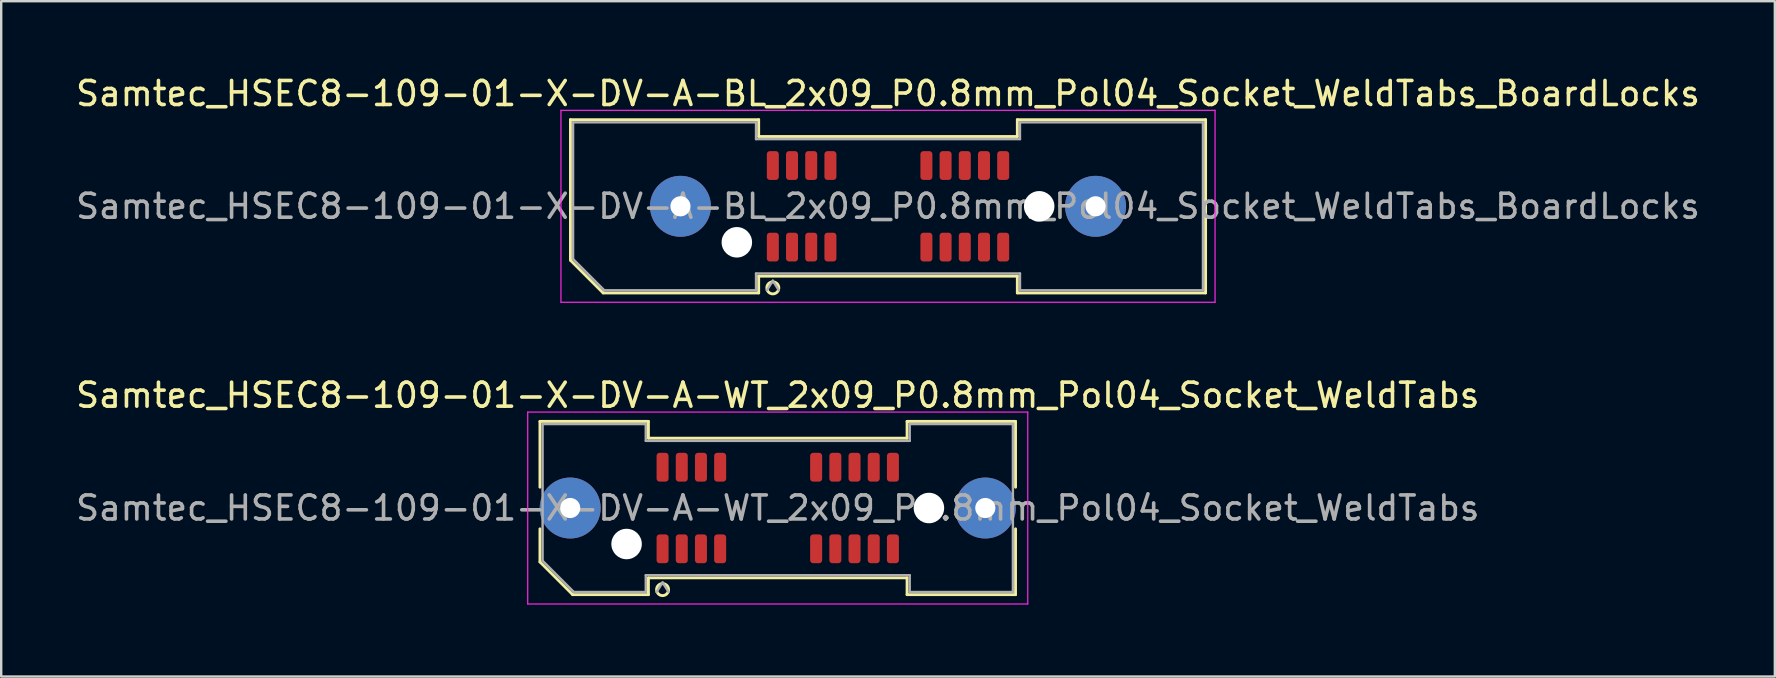
<source format=kicad_pcb>
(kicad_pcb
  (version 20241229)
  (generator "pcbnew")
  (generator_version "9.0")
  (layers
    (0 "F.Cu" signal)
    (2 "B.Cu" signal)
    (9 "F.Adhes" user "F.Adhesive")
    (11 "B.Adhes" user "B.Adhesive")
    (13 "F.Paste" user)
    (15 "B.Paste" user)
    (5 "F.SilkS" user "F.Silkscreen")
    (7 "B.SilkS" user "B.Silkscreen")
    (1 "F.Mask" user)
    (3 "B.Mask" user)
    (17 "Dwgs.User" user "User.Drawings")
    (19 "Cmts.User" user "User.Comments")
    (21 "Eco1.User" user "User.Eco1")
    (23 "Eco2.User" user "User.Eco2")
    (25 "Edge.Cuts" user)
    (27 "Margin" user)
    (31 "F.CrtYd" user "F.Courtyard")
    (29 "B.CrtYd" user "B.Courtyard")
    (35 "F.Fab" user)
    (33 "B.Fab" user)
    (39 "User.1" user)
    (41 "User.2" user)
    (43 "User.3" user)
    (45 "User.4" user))
  (footprint "Samtec_HSEC8-109-01-X-DV-A-WT_2x09_P0.8mm_Pol04_Socket_WeldTabs"
    (layer "F.Cu")
    (at 29.363 18.122)
    (property "Reference" "Samtec_HSEC8-109-01-X-DV-A-WT_2x09_P0.8mm_Pol04_Socket_WeldTabs" (at 0 -4.7 0) (layer "F.SilkS") (effects (font (size 1 1) (thickness 0.15))))
    (attr smd)
    (fp_line (start -9.91 -3.61) (end -5.39 -3.61) (stroke (width 0.12) (type solid)) (layer "F.SilkS"))
    (fp_line (start -9.91 -0.868) (end -9.91 -3.61) (stroke (width 0.12) (type solid)) (layer "F.SilkS"))
    (fp_line (start -9.91 2.246) (end -9.91 0.868) (stroke (width 0.12) (type solid)) (layer "F.SilkS"))
    (fp_line (start -8.546 3.61) (end -9.91 2.246) (stroke (width 0.12) (type solid)) (layer "F.SilkS"))
    (fp_line (start -5.39 -3.61) (end -5.39 -2.91) (stroke (width 0.12) (type solid)) (layer "F.SilkS"))
    (fp_line (start -5.39 -2.91) (end 5.39 -2.91) (stroke (width 0.12) (type solid)) (layer "F.SilkS"))
    (fp_line (start -5.39 2.91) (end -5.39 3.61) (stroke (width 0.12) (type solid)) (layer "F.SilkS"))
    (fp_line (start -5.39 3.61) (end -8.546 3.61) (stroke (width 0.12) (type solid)) (layer "F.SilkS"))
    (fp_line (start 5.39 -3.61) (end 9.91 -3.61) (stroke (width 0.12) (type solid)) (layer "F.SilkS"))
    (fp_line (start 5.39 -2.91) (end 5.39 -3.61) (stroke (width 0.12) (type solid)) (layer "F.SilkS"))
    (fp_line (start 5.39 2.91) (end -5.39 2.91) (stroke (width 0.12) (type solid)) (layer "F.SilkS"))
    (fp_line (start 5.39 3.61) (end 5.39 2.91) (stroke (width 0.12) (type solid)) (layer "F.SilkS"))
    (fp_line (start 9.91 -3.61) (end 9.91 -0.868) (stroke (width 0.12) (type solid)) (layer "F.SilkS"))
    (fp_line (start 9.91 0.868) (end 9.91 3.61) (stroke (width 0.12) (type solid)) (layer "F.SilkS"))
    (fp_line (start 9.91 3.61) (end 5.39 3.61) (stroke (width 0.12) (type solid)) (layer "F.SilkS"))
    (fp_arc (start -4.55 3.4) (mid -5.05 3.4) (end -4.55 3.4) (stroke (width 0.12) (type solid)) (layer "F.SilkS"))
    (fp_line (start -10.42 -4) (end -10.42 4) (stroke (width 0.05) (type solid)) (layer "F.CrtYd"))
    (fp_line (start -10.42 4) (end 10.42 4) (stroke (width 0.05) (type solid)) (layer "F.CrtYd"))
    (fp_line (start 10.42 -4) (end -10.42 -4) (stroke (width 0.05) (type solid)) (layer "F.CrtYd"))
    (fp_line (start 10.42 4) (end 10.42 -4) (stroke (width 0.05) (type solid)) (layer "F.CrtYd"))
    (fp_line (start -9.8 -3.5) (end -5.5 -3.5) (stroke (width 0.1) (type solid)) (layer "F.Fab"))
    (fp_line (start -9.8 2.2) (end -9.8 -3.5) (stroke (width 0.1) (type solid)) (layer "F.Fab"))
    (fp_line (start -8.5 3.5) (end -9.8 2.2) (stroke (width 0.1) (type solid)) (layer "F.Fab"))
    (fp_line (start -5.5 -3.5) (end -5.5 -2.8) (stroke (width 0.1) (type solid)) (layer "F.Fab"))
    (fp_line (start -5.5 -2.8) (end 5.5 -2.8) (stroke (width 0.1) (type solid)) (layer "F.Fab"))
    (fp_line (start -5.5 2.8) (end -5.5 3.5) (stroke (width 0.1) (type solid)) (layer "F.Fab"))
    (fp_line (start -5.5 3.5) (end -8.5 3.5) (stroke (width 0.1) (type solid)) (layer "F.Fab"))
    (fp_line (start -4.8 3.1) (end -5.05 3.5) (stroke (width 0.1) (type solid)) (layer "F.Fab"))
    (fp_line (start -4.8 3.1) (end -4.55 3.5) (stroke (width 0.1) (type solid)) (layer "F.Fab"))
    (fp_line (start 5.5 -3.5) (end 9.8 -3.5) (stroke (width 0.1) (type solid)) (layer "F.Fab"))
    (fp_line (start 5.5 -2.8) (end 5.5 -3.5) (stroke (width 0.1) (type solid)) (layer "F.Fab"))
    (fp_line (start 5.5 2.8) (end -5.5 2.8) (stroke (width 0.1) (type solid)) (layer "F.Fab"))
    (fp_line (start 5.5 3.5) (end 5.5 2.8) (stroke (width 0.1) (type solid)) (layer "F.Fab"))
    (fp_line (start 9.8 -3.5) (end 9.8 3.5) (stroke (width 0.1) (type solid)) (layer "F.Fab"))
    (fp_line (start 9.8 3.5) (end 5.5 3.5) (stroke (width 0.1) (type solid)) (layer "F.Fab"))
    (fp_text user "${REFERENCE}" (at 0 0 0) (layer "F.Fab") (effects (font (size 1 1) (thickness 0.15))))
    (pad "" thru_hole circle (at -8.65 0) (size 2.54 2.54) (drill 0.84) (layers "*.Cu" "*.Mask" "F.Paste"))
    (pad "" np_thru_hole circle (at -6.3 1.5) (size 1.27 1.27) (drill 1.27) (layers "*.Cu" "*.Mask"))
    (pad "" np_thru_hole circle (at 6.3 0) (size 1.27 1.27) (drill 1.27) (layers "*.Cu" "*.Mask"))
    (pad "" thru_hole circle (at 8.65 0) (size 2.54 2.54) (drill 0.84) (layers "*.Cu" "*.Mask" "F.Paste"))
    (pad "1" smd roundrect (at -4.8 1.7) (size 0.5 1.2) (layers "F.Cu" "F.Mask" "F.Paste") (roundrect_rratio 0.25))
    (pad "2" smd roundrect (at -4.8 -1.7) (size 0.5 1.2) (layers "F.Cu" "F.Mask" "F.Paste") (roundrect_rratio 0.25))
    (pad "3" smd roundrect (at -4 1.7) (size 0.5 1.2) (layers "F.Cu" "F.Mask" "F.Paste") (roundrect_rratio 0.25))
    (pad "4" smd roundrect (at -4 -1.7) (size 0.5 1.2) (layers "F.Cu" "F.Mask" "F.Paste") (roundrect_rratio 0.25))
    (pad "5" smd roundrect (at -3.2 1.7) (size 0.5 1.2) (layers "F.Cu" "F.Mask" "F.Paste") (roundrect_rratio 0.25))
    (pad "6" smd roundrect (at -3.2 -1.7) (size 0.5 1.2) (layers "F.Cu" "F.Mask" "F.Paste") (roundrect_rratio 0.25))
    (pad "7" smd roundrect (at -2.4 1.7) (size 0.5 1.2) (layers "F.Cu" "F.Mask" "F.Paste") (roundrect_rratio 0.25))
    (pad "8" smd roundrect (at -2.4 -1.7) (size 0.5 1.2) (layers "F.Cu" "F.Mask" "F.Paste") (roundrect_rratio 0.25))
    (pad "9" smd roundrect (at 1.6 1.7) (size 0.5 1.2) (layers "F.Cu" "F.Mask" "F.Paste") (roundrect_rratio 0.25))
    (pad "10" smd roundrect (at 1.6 -1.7) (size 0.5 1.2) (layers "F.Cu" "F.Mask" "F.Paste") (roundrect_rratio 0.25))
    (pad "11" smd roundrect (at 2.4 1.7) (size 0.5 1.2) (layers "F.Cu" "F.Mask" "F.Paste") (roundrect_rratio 0.25))
    (pad "12" smd roundrect (at 2.4 -1.7) (size 0.5 1.2) (layers "F.Cu" "F.Mask" "F.Paste") (roundrect_rratio 0.25))
    (pad "13" smd roundrect (at 3.2 1.7) (size 0.5 1.2) (layers "F.Cu" "F.Mask" "F.Paste") (roundrect_rratio 0.25))
    (pad "14" smd roundrect (at 3.2 -1.7) (size 0.5 1.2) (layers "F.Cu" "F.Mask" "F.Paste") (roundrect_rratio 0.25))
    (pad "15" smd roundrect (at 4 1.7) (size 0.5 1.2) (layers "F.Cu" "F.Mask" "F.Paste") (roundrect_rratio 0.25))
    (pad "16" smd roundrect (at 4 -1.7) (size 0.5 1.2) (layers "F.Cu" "F.Mask" "F.Paste") (roundrect_rratio 0.25))
    (pad "17" smd roundrect (at 4.8 1.7) (size 0.5 1.2) (layers "F.Cu" "F.Mask" "F.Paste") (roundrect_rratio 0.25))
    (pad "18" smd roundrect (at 4.8 -1.7) (size 0.5 1.2) (layers "F.Cu" "F.Mask" "F.Paste") (roundrect_rratio 0.25)))
  (footprint "Samtec_HSEC8-109-01-X-DV-A-BL_2x09_P0.8mm_Pol04_Socket_WeldTabs_BoardLocks"
    (layer "F.Cu")
    (at 33.958 5.548)
    (property "Reference" "Samtec_HSEC8-109-01-X-DV-A-BL_2x09_P0.8mm_Pol04_Socket_WeldTabs_BoardLocks" (at 0 -4.7 0) (layer "F.SilkS") (effects (font (size 1 1) (thickness 0.15))))
    (attr smd)
    (fp_line (start -13.235 -3.61) (end -5.39 -3.61) (stroke (width 0.12) (type solid)) (layer "F.SilkS"))
    (fp_line (start -13.235 2.246) (end -13.235 -3.61) (stroke (width 0.12) (type solid)) (layer "F.SilkS"))
    (fp_line (start -11.871 3.61) (end -13.235 2.246) (stroke (width 0.12) (type solid)) (layer "F.SilkS"))
    (fp_line (start -5.39 -3.61) (end -5.39 -2.91) (stroke (width 0.12) (type solid)) (layer "F.SilkS"))
    (fp_line (start -5.39 -2.91) (end 5.39 -2.91) (stroke (width 0.12) (type solid)) (layer "F.SilkS"))
    (fp_line (start -5.39 2.91) (end -5.39 3.61) (stroke (width 0.12) (type solid)) (layer "F.SilkS"))
    (fp_line (start -5.39 3.61) (end -11.871 3.61) (stroke (width 0.12) (type solid)) (layer "F.SilkS"))
    (fp_line (start 5.39 -3.61) (end 13.235 -3.61) (stroke (width 0.12) (type solid)) (layer "F.SilkS"))
    (fp_line (start 5.39 -2.91) (end 5.39 -3.61) (stroke (width 0.12) (type solid)) (layer "F.SilkS"))
    (fp_line (start 5.39 2.91) (end -5.39 2.91) (stroke (width 0.12) (type solid)) (layer "F.SilkS"))
    (fp_line (start 5.39 3.61) (end 5.39 2.91) (stroke (width 0.12) (type solid)) (layer "F.SilkS"))
    (fp_line (start 13.235 -3.61) (end 13.235 3.61) (stroke (width 0.12) (type solid)) (layer "F.SilkS"))
    (fp_line (start 13.235 3.61) (end 5.39 3.61) (stroke (width 0.12) (type solid)) (layer "F.SilkS"))
    (fp_circle (center -4.8 3.4) (end -4.55 3.4) (stroke (width 0.12) (type solid)) (fill no) (layer "F.SilkS"))
    (fp_line (start -13.63 -4) (end -13.63 4) (stroke (width 0.05) (type solid)) (layer "F.CrtYd"))
    (fp_line (start -13.63 4) (end 13.63 4) (stroke (width 0.05) (type solid)) (layer "F.CrtYd"))
    (fp_line (start 13.63 -4) (end -13.63 -4) (stroke (width 0.05) (type solid)) (layer "F.CrtYd"))
    (fp_line (start 13.63 4) (end 13.63 -4) (stroke (width 0.05) (type solid)) (layer "F.CrtYd"))
    (fp_line (start -13.125 -3.5) (end -5.5 -3.5) (stroke (width 0.1) (type solid)) (layer "F.Fab"))
    (fp_line (start -13.125 2.2) (end -13.125 -3.5) (stroke (width 0.1) (type solid)) (layer "F.Fab"))
    (fp_line (start -11.825 3.5) (end -13.125 2.2) (stroke (width 0.1) (type solid)) (layer "F.Fab"))
    (fp_line (start -5.5 -3.5) (end -5.5 -2.8) (stroke (width 0.1) (type solid)) (layer "F.Fab"))
    (fp_line (start -5.5 -2.8) (end 5.5 -2.8) (stroke (width 0.1) (type solid)) (layer "F.Fab"))
    (fp_line (start -5.5 2.8) (end -5.5 3.5) (stroke (width 0.1) (type solid)) (layer "F.Fab"))
    (fp_line (start -5.5 3.5) (end -11.825 3.5) (stroke (width 0.1) (type solid)) (layer "F.Fab"))
    (fp_line (start -4.8 3.1) (end -5.05 3.5) (stroke (width 0.1) (type solid)) (layer "F.Fab"))
    (fp_line (start -4.8 3.1) (end -4.55 3.5) (stroke (width 0.1) (type solid)) (layer "F.Fab"))
    (fp_line (start 5.5 -3.5) (end 13.125 -3.5) (stroke (width 0.1) (type solid)) (layer "F.Fab"))
    (fp_line (start 5.5 -2.8) (end 5.5 -3.5) (stroke (width 0.1) (type solid)) (layer "F.Fab"))
    (fp_line (start 5.5 2.8) (end -5.5 2.8) (stroke (width 0.1) (type solid)) (layer "F.Fab"))
    (fp_line (start 5.5 3.5) (end 5.5 2.8) (stroke (width 0.1) (type solid)) (layer "F.Fab"))
    (fp_line (start 13.125 -3.5) (end 13.125 3.5) (stroke (width 0.1) (type solid)) (layer "F.Fab"))
    (fp_line (start 13.125 3.5) (end 5.5 3.5) (stroke (width 0.1) (type solid)) (layer "F.Fab"))
    (fp_text user "${REFERENCE}" (at 0 0 0) (layer "F.Fab") (effects (font (size 1 1) (thickness 0.15))))
    (pad "" thru_hole circle (at -8.65 0) (size 2.54 2.54) (drill 0.84) (layers "*.Cu" "*.Mask" "F.Paste"))
    (pad "" np_thru_hole circle (at -6.3 1.5) (size 1.27 1.27) (drill 1.27) (layers "*.Cu" "*.Mask"))
    (pad "" np_thru_hole circle (at 6.3 0) (size 1.27 1.27) (drill 1.27) (layers "*.Cu" "*.Mask"))
    (pad "" thru_hole circle (at 8.65 0) (size 2.54 2.54) (drill 0.84) (layers "*.Cu" "*.Mask" "F.Paste"))
    (pad "1" smd roundrect (at -4.8 1.7) (size 0.5 1.2) (layers "F.Cu" "F.Mask" "F.Paste") (roundrect_rratio 0.25))
    (pad "2" smd roundrect (at -4.8 -1.7) (size 0.5 1.2) (layers "F.Cu" "F.Mask" "F.Paste") (roundrect_rratio 0.25))
    (pad "3" smd roundrect (at -4 1.7) (size 0.5 1.2) (layers "F.Cu" "F.Mask" "F.Paste") (roundrect_rratio 0.25))
    (pad "4" smd roundrect (at -4 -1.7) (size 0.5 1.2) (layers "F.Cu" "F.Mask" "F.Paste") (roundrect_rratio 0.25))
    (pad "5" smd roundrect (at -3.2 1.7) (size 0.5 1.2) (layers "F.Cu" "F.Mask" "F.Paste") (roundrect_rratio 0.25))
    (pad "6" smd roundrect (at -3.2 -1.7) (size 0.5 1.2) (layers "F.Cu" "F.Mask" "F.Paste") (roundrect_rratio 0.25))
    (pad "7" smd roundrect (at -2.4 1.7) (size 0.5 1.2) (layers "F.Cu" "F.Mask" "F.Paste") (roundrect_rratio 0.25))
    (pad "8" smd roundrect (at -2.4 -1.7) (size 0.5 1.2) (layers "F.Cu" "F.Mask" "F.Paste") (roundrect_rratio 0.25))
    (pad "9" smd roundrect (at 1.6 1.7) (size 0.5 1.2) (layers "F.Cu" "F.Mask" "F.Paste") (roundrect_rratio 0.25))
    (pad "10" smd roundrect (at 1.6 -1.7) (size 0.5 1.2) (layers "F.Cu" "F.Mask" "F.Paste") (roundrect_rratio 0.25))
    (pad "11" smd roundrect (at 2.4 1.7) (size 0.5 1.2) (layers "F.Cu" "F.Mask" "F.Paste") (roundrect_rratio 0.25))
    (pad "12" smd roundrect (at 2.4 -1.7) (size 0.5 1.2) (layers "F.Cu" "F.Mask" "F.Paste") (roundrect_rratio 0.25))
    (pad "13" smd roundrect (at 3.2 1.7) (size 0.5 1.2) (layers "F.Cu" "F.Mask" "F.Paste") (roundrect_rratio 0.25))
    (pad "14" smd roundrect (at 3.2 -1.7) (size 0.5 1.2) (layers "F.Cu" "F.Mask" "F.Paste") (roundrect_rratio 0.25))
    (pad "15" smd roundrect (at 4 1.7) (size 0.5 1.2) (layers "F.Cu" "F.Mask" "F.Paste") (roundrect_rratio 0.25))
    (pad "16" smd roundrect (at 4 -1.7) (size 0.5 1.2) (layers "F.Cu" "F.Mask" "F.Paste") (roundrect_rratio 0.25))
    (pad "17" smd roundrect (at 4.8 1.7) (size 0.5 1.2) (layers "F.Cu" "F.Mask" "F.Paste") (roundrect_rratio 0.25))
    (pad "18" smd roundrect (at 4.8 -1.7) (size 0.5 1.2) (layers "F.Cu" "F.Mask" "F.Paste") (roundrect_rratio 0.25)))
  (gr_rect
    (start -3 -3)
    (end 70.917 25.146)
    (stroke (width 0.1) (type default))
    (fill no)
    (layer "Edge.Cuts")))
</source>
